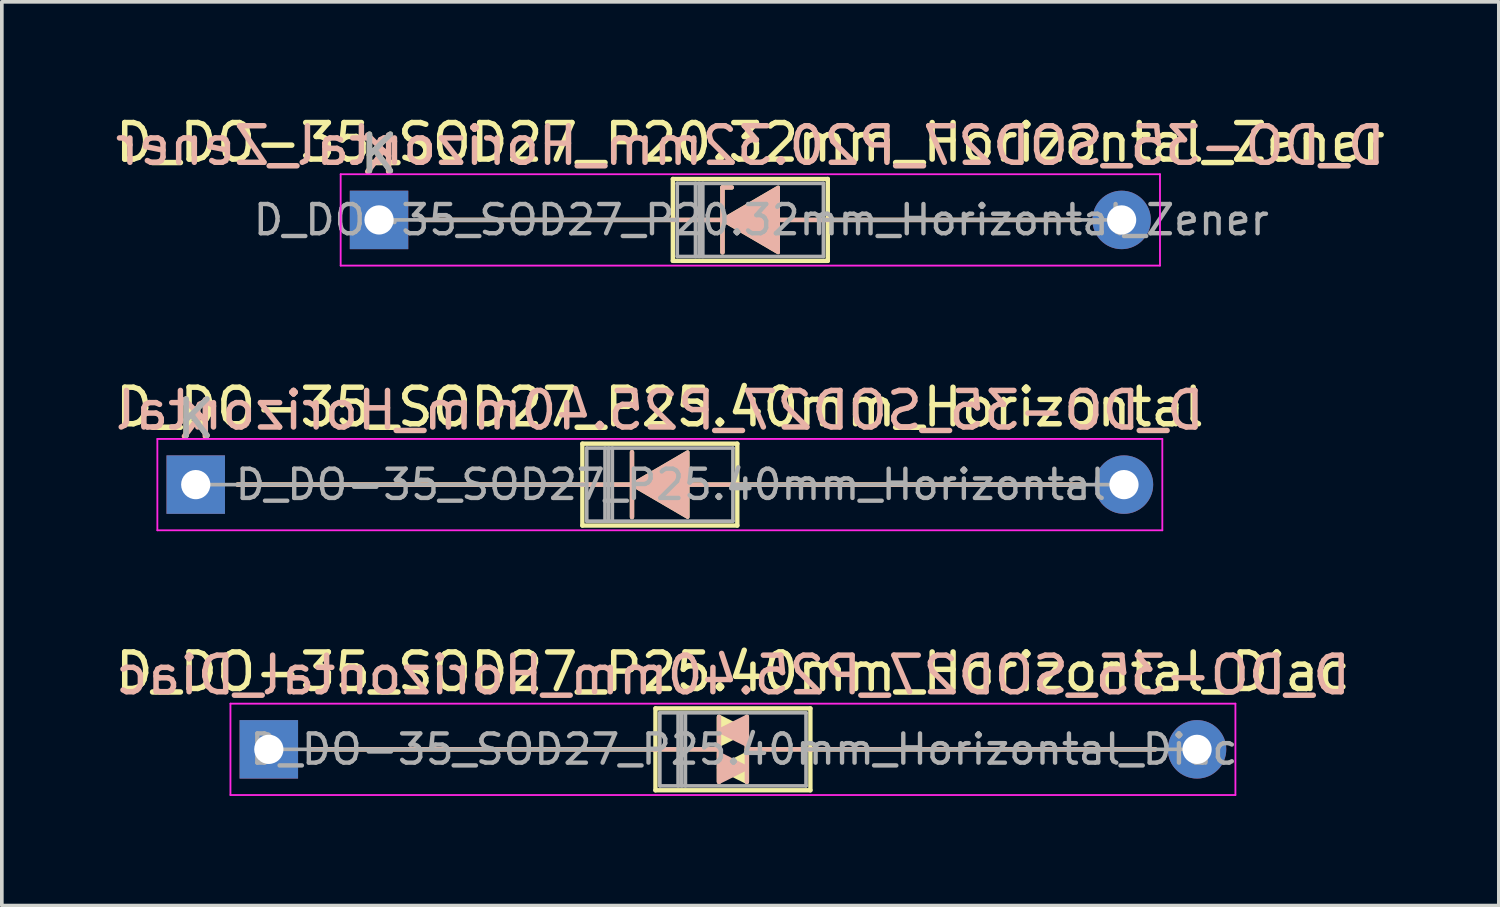
<source format=kicad_pcb>
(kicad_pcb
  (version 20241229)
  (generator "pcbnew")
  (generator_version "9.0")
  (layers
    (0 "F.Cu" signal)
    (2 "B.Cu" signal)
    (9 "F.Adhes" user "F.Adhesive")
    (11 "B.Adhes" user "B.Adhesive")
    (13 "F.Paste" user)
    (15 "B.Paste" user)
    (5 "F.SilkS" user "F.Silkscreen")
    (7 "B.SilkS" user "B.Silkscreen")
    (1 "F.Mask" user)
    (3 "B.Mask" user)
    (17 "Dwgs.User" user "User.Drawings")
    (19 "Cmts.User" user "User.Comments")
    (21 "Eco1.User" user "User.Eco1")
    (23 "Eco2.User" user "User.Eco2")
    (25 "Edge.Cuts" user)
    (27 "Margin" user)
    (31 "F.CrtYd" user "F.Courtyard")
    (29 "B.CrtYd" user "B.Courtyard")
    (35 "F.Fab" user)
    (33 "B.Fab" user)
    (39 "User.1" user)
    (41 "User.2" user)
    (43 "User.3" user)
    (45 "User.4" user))
  (footprint "D_DO-35_SOD27_P25.40mm_Horizontal_Diac"
    (layer "F.Cu")
    (at 4.306 17.455)
    (property "Reference" "D_DO-35_SOD27_P25.40mm_Horizontal_Diac" (at 12.7 -2.12 0) (layer "F.SilkS") (effects (font (size 1 1) (thickness 0.15))))
    (fp_line (start 1.143 0) (end 10.58 0) (stroke (width 0.12) (type solid)) (layer "F.SilkS"))
    (fp_line (start 10.541 0) (end 12.319 0) (stroke (width 0.12) (type solid)) (layer "F.SilkS"))
    (fp_line (start 10.58 -1.12) (end 10.58 1.12) (stroke (width 0.12) (type solid)) (layer "F.SilkS"))
    (fp_line (start 10.58 1.12) (end 14.82 1.12) (stroke (width 0.12) (type solid)) (layer "F.SilkS"))
    (fp_line (start 12.319 -0.889) (end 12.319 0.889) (stroke (width 0.12) (type solid)) (layer "F.SilkS"))
    (fp_line (start 13.081 -0.889) (end 13.081 0.889) (stroke (width 0.12) (type solid)) (layer "F.SilkS"))
    (fp_line (start 14.82 -1.12) (end 10.58 -1.12) (stroke (width 0.12) (type solid)) (layer "F.SilkS"))
    (fp_line (start 14.82 0) (end 13.081 0) (stroke (width 0.12) (type solid)) (layer "F.SilkS"))
    (fp_line (start 14.82 1.12) (end 14.82 -1.12) (stroke (width 0.12) (type solid)) (layer "F.SilkS"))
    (fp_line (start 24.257 0) (end 14.82 0) (stroke (width 0.12) (type solid)) (layer "F.SilkS"))
    (fp_poly (pts (xy 13.081 -0.508) (xy 12.319 -0.127) (xy 12.319 -0.889)) (stroke (width 0.12) (type solid)) (fill yes) (layer "F.SilkS"))
    (fp_poly (pts (xy 13.081 0.889) (xy 12.319 0.508) (xy 13.081 0.127)) (stroke (width 0.12) (type solid)) (fill yes) (layer "F.SilkS"))
    (fp_line (start 1.143 0) (end 10.58 0) (stroke (width 0.12) (type solid)) (layer "B.SilkS"))
    (fp_line (start 10.541 0) (end 12.319 0) (stroke (width 0.12) (type solid)) (layer "B.SilkS"))
    (fp_line (start 12.319 0.889) (end 12.319 -0.889) (stroke (width 0.12) (type solid)) (layer "B.SilkS"))
    (fp_line (start 13.081 0.889) (end 13.081 -0.889) (stroke (width 0.12) (type solid)) (layer "B.SilkS"))
    (fp_line (start 14.82 0) (end 13.081 0) (stroke (width 0.12) (type solid)) (layer "B.SilkS"))
    (fp_line (start 24.257 0) (end 14.82 0) (stroke (width 0.12) (type solid)) (layer "B.SilkS"))
    (fp_poly (pts (xy 13.081 -0.889) (xy 12.319 -0.508) (xy 13.081 -0.127)) (stroke (width 0.12) (type solid)) (fill yes) (layer "B.SilkS"))
    (fp_poly (pts (xy 13.081 0.508) (xy 12.319 0.127) (xy 12.319 0.889)) (stroke (width 0.12) (type solid)) (fill yes) (layer "B.SilkS"))
    (fp_line (start -1.05 -1.25) (end -1.05 1.25) (stroke (width 0.05) (type solid)) (layer "F.CrtYd"))
    (fp_line (start -1.05 1.25) (end 26.45 1.25) (stroke (width 0.05) (type solid)) (layer "F.CrtYd"))
    (fp_line (start 26.45 -1.25) (end -1.05 -1.25) (stroke (width 0.05) (type solid)) (layer "F.CrtYd"))
    (fp_line (start 26.45 1.25) (end 26.45 -1.25) (stroke (width 0.05) (type solid)) (layer "F.CrtYd"))
    (fp_line (start 0 0) (end 10.7 0) (stroke (width 0.1) (type solid)) (layer "F.Fab"))
    (fp_line (start 10.7 -1) (end 10.7 1) (stroke (width 0.1) (type solid)) (layer "F.Fab"))
    (fp_line (start 10.7 1) (end 14.7 1) (stroke (width 0.1) (type solid)) (layer "F.Fab"))
    (fp_line (start 11.2 -1) (end 11.2 1) (stroke (width 0.1) (type solid)) (layer "F.Fab"))
    (fp_line (start 11.3 -1) (end 11.3 1) (stroke (width 0.1) (type solid)) (layer "F.Fab"))
    (fp_line (start 11.4 -1) (end 11.4 1) (stroke (width 0.1) (type solid)) (layer "F.Fab"))
    (fp_line (start 14.7 -1) (end 10.7 -1) (stroke (width 0.1) (type solid)) (layer "F.Fab"))
    (fp_line (start 14.7 1) (end 14.7 -1) (stroke (width 0.1) (type solid)) (layer "F.Fab"))
    (fp_line (start 25.4 0) (end 14.7 0) (stroke (width 0.1) (type solid)) (layer "F.Fab"))
    (fp_text user "${REFERENCE}" (at 12.7 -2.032 0) (layer "B.SilkS") (effects (font (size 1 1) (thickness 0.15)) (justify mirror)))
    (fp_text user "${REFERENCE}" (at 13 0 0) (layer "F.Fab") (effects (font (size 0.8 0.8) (thickness 0.12))))
    (pad "1" thru_hole rect (at 0 0) (size 1.6 1.6) (drill 0.8) (layers "*.Cu" "*.Mask"))
    (pad "2" thru_hole oval (at 25.4 0) (size 1.6 1.6) (drill 0.8) (layers "*.Cu" "*.Mask")))
  (footprint "D_DO-35_SOD27_P25.40mm_Horizontal"
    (layer "F.Cu")
    (at 2.306 10.211)
    (property "Reference" "D_DO-35_SOD27_P25.40mm_Horizontal" (at 12.7 -2.12 0) (layer "F.SilkS") (effects (font (size 1 1) (thickness 0.15))))
    (fp_line (start 1.143 0) (end 10.58 0) (stroke (width 0.12) (type solid)) (layer "F.SilkS"))
    (fp_line (start 10.58 -1.12) (end 10.58 1.12) (stroke (width 0.12) (type solid)) (layer "F.SilkS"))
    (fp_line (start 10.58 0) (end 12.192 0) (stroke (width 0.12) (type solid)) (layer "F.SilkS"))
    (fp_line (start 10.58 1.12) (end 14.82 1.12) (stroke (width 0.12) (type solid)) (layer "F.SilkS"))
    (fp_line (start 11.938 -0.889) (end 11.938 0.889) (stroke (width 0.12) (type solid)) (layer "F.SilkS"))
    (fp_line (start 14.82 -1.12) (end 10.58 -1.12) (stroke (width 0.12) (type solid)) (layer "F.SilkS"))
    (fp_line (start 14.82 0) (end 13.462 0) (stroke (width 0.12) (type solid)) (layer "F.SilkS"))
    (fp_line (start 14.82 1.12) (end 14.82 -1.12) (stroke (width 0.12) (type solid)) (layer "F.SilkS"))
    (fp_line (start 24.257 0) (end 14.82 0) (stroke (width 0.12) (type solid)) (layer "F.SilkS"))
    (fp_poly (pts (xy 13.462 0.889) (xy 11.938 0) (xy 13.462 -0.889)) (stroke (width 0.1) (type solid)) (fill yes) (layer "F.SilkS"))
    (fp_line (start 1.143 0) (end 10.58 0) (stroke (width 0.12) (type solid)) (layer "B.SilkS"))
    (fp_line (start 10.58 0) (end 12.192 0) (stroke (width 0.12) (type solid)) (layer "B.SilkS"))
    (fp_line (start 11.938 0.889) (end 11.938 -0.889) (stroke (width 0.12) (type solid)) (layer "B.SilkS"))
    (fp_line (start 14.82 0) (end 13.462 0) (stroke (width 0.12) (type solid)) (layer "B.SilkS"))
    (fp_line (start 24.257 0) (end 14.82 0) (stroke (width 0.12) (type solid)) (layer "B.SilkS"))
    (fp_poly (pts (xy 13.462 -0.889) (xy 11.938 0) (xy 13.462 0.889)) (stroke (width 0.1) (type solid)) (fill yes) (layer "B.SilkS"))
    (fp_line (start -1.05 -1.25) (end -1.05 1.25) (stroke (width 0.05) (type solid)) (layer "F.CrtYd"))
    (fp_line (start -1.05 1.25) (end 26.45 1.25) (stroke (width 0.05) (type solid)) (layer "F.CrtYd"))
    (fp_line (start 26.45 -1.25) (end -1.05 -1.25) (stroke (width 0.05) (type solid)) (layer "F.CrtYd"))
    (fp_line (start 26.45 1.25) (end 26.45 -1.25) (stroke (width 0.05) (type solid)) (layer "F.CrtYd"))
    (fp_line (start 0 0) (end 10.7 0) (stroke (width 0.1) (type solid)) (layer "F.Fab"))
    (fp_line (start 10.7 -1) (end 10.7 1) (stroke (width 0.1) (type solid)) (layer "F.Fab"))
    (fp_line (start 10.7 1) (end 14.7 1) (stroke (width 0.1) (type solid)) (layer "F.Fab"))
    (fp_line (start 11.2 -1) (end 11.2 1) (stroke (width 0.1) (type solid)) (layer "F.Fab"))
    (fp_line (start 11.3 -1) (end 11.3 1) (stroke (width 0.1) (type solid)) (layer "F.Fab"))
    (fp_line (start 11.4 -1) (end 11.4 1) (stroke (width 0.1) (type solid)) (layer "F.Fab"))
    (fp_line (start 14.7 -1) (end 10.7 -1) (stroke (width 0.1) (type solid)) (layer "F.Fab"))
    (fp_line (start 14.7 1) (end 14.7 -1) (stroke (width 0.1) (type solid)) (layer "F.Fab"))
    (fp_line (start 25.4 0) (end 14.7 0) (stroke (width 0.1) (type solid)) (layer "F.Fab"))
    (fp_text user "K" (at 0 -1.8 0) (layer "F.SilkS") (effects (font (size 1 1) (thickness 0.15))))
    (fp_text user "K" (at 0 -1.778 0) (layer "B.SilkS") (effects (font (size 1 1) (thickness 0.15)) (justify mirror)))
    (fp_text user "${REFERENCE}" (at 12.7 -2.032 0) (layer "B.SilkS") (effects (font (size 1 1) (thickness 0.15)) (justify mirror)))
    (fp_text user "${REFERENCE}" (at 13 0 0) (layer "F.Fab") (effects (font (size 0.8 0.8) (thickness 0.12))))
    (fp_text user "K" (at 0 -1.8 0) (layer "F.Fab") (effects (font (size 1 1) (thickness 0.15))))
    (pad "1" thru_hole rect (at 0 0) (size 1.6 1.6) (drill 0.8) (layers "*.Cu" "*.Mask"))
    (pad "2" thru_hole oval (at 25.4 0) (size 1.6 1.6) (drill 0.8) (layers "*.Cu" "*.Mask")))
  (footprint "D_DO-35_SOD27_P20.32mm_Horizontal_Zener"
    (layer "F.Cu")
    (at 7.322 2.968)
    (property "Reference" "D_DO-35_SOD27_P20.32mm_Horizontal_Zener" (at 10.16 -2.12 0) (layer "F.SilkS") (effects (font (size 1 1) (thickness 0.15))))
    (fp_line (start 1.143 0) (end 8.04 0) (stroke (width 0.12) (type solid)) (layer "F.SilkS"))
    (fp_line (start 8.04 -1.12) (end 8.04 1.12) (stroke (width 0.12) (type solid)) (layer "F.SilkS"))
    (fp_line (start 8.04 0) (end 9.779 0) (stroke (width 0.12) (type solid)) (layer "F.SilkS"))
    (fp_line (start 8.04 1.12) (end 12.28 1.12) (stroke (width 0.12) (type solid)) (layer "F.SilkS"))
    (fp_line (start 9.398 -0.889) (end 9.398 0.889) (stroke (width 0.12) (type solid)) (layer "F.SilkS"))
    (fp_line (start 9.398 -0.889) (end 9.652 -0.889) (stroke (width 0.12) (type solid)) (layer "F.SilkS"))
    (fp_line (start 12.28 -1.12) (end 8.04 -1.12) (stroke (width 0.12) (type solid)) (layer "F.SilkS"))
    (fp_line (start 12.28 0) (end 10.922 0) (stroke (width 0.12) (type solid)) (layer "F.SilkS"))
    (fp_line (start 12.28 1.12) (end 12.28 -1.12) (stroke (width 0.12) (type solid)) (layer "F.SilkS"))
    (fp_line (start 19.177 0) (end 12.28 0) (stroke (width 0.12) (type solid)) (layer "F.SilkS"))
    (fp_poly (pts (xy 10.922 0.889) (xy 9.398 0) (xy 10.922 -0.889)) (stroke (width 0.1) (type solid)) (fill yes) (layer "F.SilkS"))
    (fp_line (start 1.143 0) (end 8.04 0) (stroke (width 0.12) (type solid)) (layer "B.SilkS"))
    (fp_line (start 8.04 0) (end 9.779 0) (stroke (width 0.12) (type solid)) (layer "B.SilkS"))
    (fp_line (start 9.398 -0.889) (end 9.652 -0.889) (stroke (width 0.12) (type solid)) (layer "B.SilkS"))
    (fp_line (start 9.398 0.889) (end 9.398 -0.889) (stroke (width 0.12) (type solid)) (layer "B.SilkS"))
    (fp_line (start 12.28 0) (end 10.922 0) (stroke (width 0.12) (type solid)) (layer "B.SilkS"))
    (fp_line (start 19.177 0) (end 12.28 0) (stroke (width 0.12) (type solid)) (layer "B.SilkS"))
    (fp_poly (pts (xy 10.922 -0.889) (xy 9.398 0) (xy 10.922 0.889)) (stroke (width 0.1) (type solid)) (fill yes) (layer "B.SilkS"))
    (fp_line (start -1.05 -1.25) (end -1.05 1.25) (stroke (width 0.05) (type solid)) (layer "F.CrtYd"))
    (fp_line (start -1.05 1.25) (end 21.37 1.25) (stroke (width 0.05) (type solid)) (layer "F.CrtYd"))
    (fp_line (start 21.37 -1.25) (end -1.05 -1.25) (stroke (width 0.05) (type solid)) (layer "F.CrtYd"))
    (fp_line (start 21.37 1.25) (end 21.37 -1.25) (stroke (width 0.05) (type solid)) (layer "F.CrtYd"))
    (fp_line (start 0 0) (end 8.16 0) (stroke (width 0.1) (type solid)) (layer "F.Fab"))
    (fp_line (start 8.16 -1) (end 8.16 1) (stroke (width 0.1) (type solid)) (layer "F.Fab"))
    (fp_line (start 8.16 1) (end 12.16 1) (stroke (width 0.1) (type solid)) (layer "F.Fab"))
    (fp_line (start 8.66 -1) (end 8.66 1) (stroke (width 0.1) (type solid)) (layer "F.Fab"))
    (fp_line (start 8.76 -1) (end 8.76 1) (stroke (width 0.1) (type solid)) (layer "F.Fab"))
    (fp_line (start 8.86 -1) (end 8.86 1) (stroke (width 0.1) (type solid)) (layer "F.Fab"))
    (fp_line (start 12.16 -1) (end 8.16 -1) (stroke (width 0.1) (type solid)) (layer "F.Fab"))
    (fp_line (start 12.16 1) (end 12.16 -1) (stroke (width 0.1) (type solid)) (layer "F.Fab"))
    (fp_line (start 20.32 0) (end 12.16 0) (stroke (width 0.1) (type solid)) (layer "F.Fab"))
    (fp_text user "K" (at 0 -1.8 0) (layer "F.SilkS") (effects (font (size 1 1) (thickness 0.15))))
    (fp_text user "K" (at 0 -1.778 0) (layer "B.SilkS") (effects (font (size 1 1) (thickness 0.15)) (justify mirror)))
    (fp_text user "${REFERENCE}" (at 10.16 -2.032 0) (layer "B.SilkS") (effects (font (size 1 1) (thickness 0.15)) (justify mirror)))
    (fp_text user "K" (at 0 -1.8 0) (layer "F.Fab") (effects (font (size 1 1) (thickness 0.15))))
    (fp_text user "${REFERENCE}" (at 10.46 0 0) (layer "F.Fab") (effects (font (size 0.8 0.8) (thickness 0.12))))
    (pad "1" thru_hole rect (at 0 0) (size 1.6 1.6) (drill 0.8) (layers "*.Cu" "*.Mask"))
    (pad "2" thru_hole oval (at 20.32 0) (size 1.6 1.6) (drill 0.8) (layers "*.Cu" "*.Mask")))
  (gr_rect
    (start -3 -3)
    (end 37.964 21.73)
    (stroke (width 0.1) (type default))
    (fill no)
    (layer "Edge.Cuts")))
</source>
